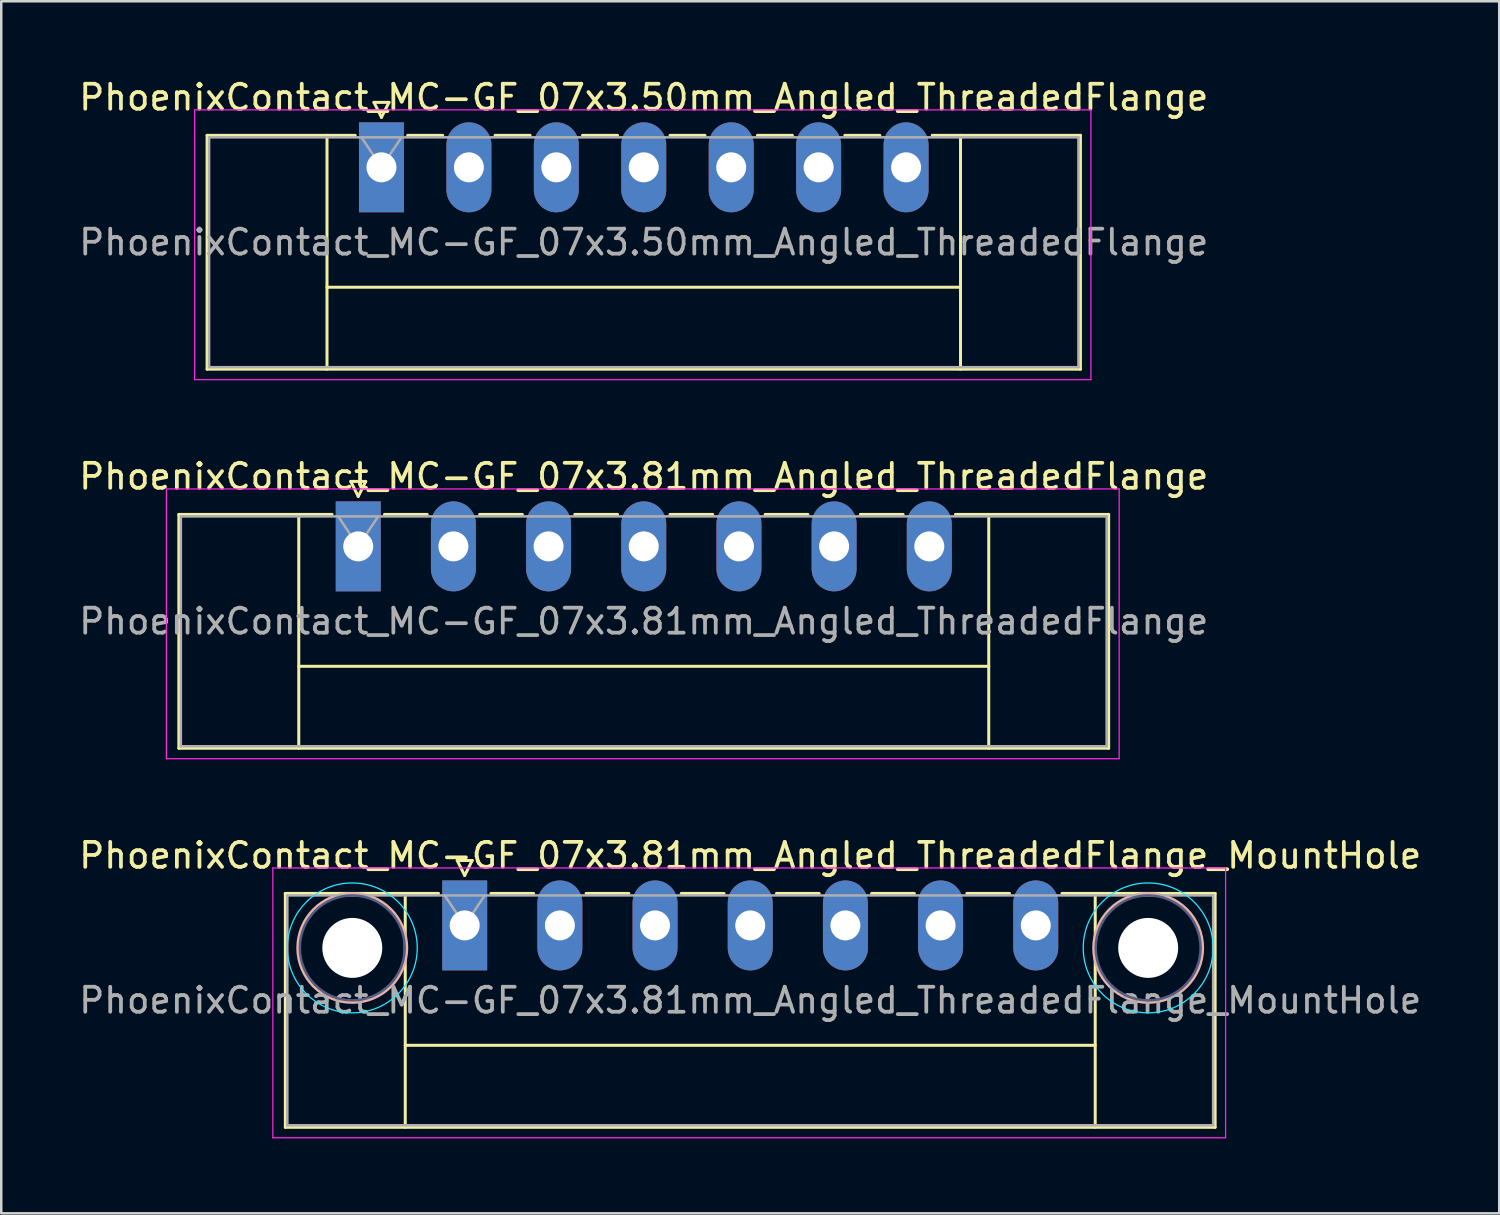
<source format=kicad_pcb>
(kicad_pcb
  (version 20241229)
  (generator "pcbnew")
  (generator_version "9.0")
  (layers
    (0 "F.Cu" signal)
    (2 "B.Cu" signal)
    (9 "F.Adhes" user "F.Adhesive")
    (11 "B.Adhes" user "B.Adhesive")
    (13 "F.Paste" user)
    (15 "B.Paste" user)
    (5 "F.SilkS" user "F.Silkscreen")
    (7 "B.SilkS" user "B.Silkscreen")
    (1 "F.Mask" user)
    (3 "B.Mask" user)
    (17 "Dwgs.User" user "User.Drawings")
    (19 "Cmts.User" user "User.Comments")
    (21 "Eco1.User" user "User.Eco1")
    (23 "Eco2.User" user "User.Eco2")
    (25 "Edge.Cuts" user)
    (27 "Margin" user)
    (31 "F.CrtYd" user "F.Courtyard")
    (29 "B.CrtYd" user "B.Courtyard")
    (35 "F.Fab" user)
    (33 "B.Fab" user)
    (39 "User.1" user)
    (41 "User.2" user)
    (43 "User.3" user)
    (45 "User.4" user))
  (footprint "PhoenixContact_MC-GF_07x3.50mm_Angled_ThreadedFlange"
    (layer "F.Cu")
    (at 12.22 3.648)
    (property "Reference" "PhoenixContact_MC-GF_07x3.50mm_Angled_ThreadedFlange" (at 10.5 -2.8 0) (layer "F.SilkS") (effects (font (size 1 1) (thickness 0.15))))
    (attr through_hole)
    (fp_line (start -6.98 -1.28) (end -6.98 8.08) (stroke (width 0.12) (type solid)) (layer "F.SilkS"))
    (fp_line (start -6.98 -1.28) (end -1.05 -1.28) (stroke (width 0.12) (type solid)) (layer "F.SilkS"))
    (fp_line (start -6.98 8.08) (end 27.98 8.08) (stroke (width 0.12) (type solid)) (layer "F.SilkS"))
    (fp_line (start -2.18 -1.28) (end -2.18 8.08) (stroke (width 0.12) (type solid)) (layer "F.SilkS"))
    (fp_line (start -2.18 4.8) (end 23.18 4.8) (stroke (width 0.12) (type solid)) (layer "F.SilkS"))
    (fp_line (start -0.3 -2.6) (end 0.3 -2.6) (stroke (width 0.12) (type solid)) (layer "F.SilkS"))
    (fp_line (start 0 -2) (end -0.3 -2.6) (stroke (width 0.12) (type solid)) (layer "F.SilkS"))
    (fp_line (start 0.3 -2.6) (end 0 -2) (stroke (width 0.12) (type solid)) (layer "F.SilkS"))
    (fp_line (start 1.05 -1.28) (end 2.45 -1.28) (stroke (width 0.12) (type solid)) (layer "F.SilkS"))
    (fp_line (start 4.55 -1.28) (end 5.95 -1.28) (stroke (width 0.12) (type solid)) (layer "F.SilkS"))
    (fp_line (start 8.05 -1.28) (end 9.45 -1.28) (stroke (width 0.12) (type solid)) (layer "F.SilkS"))
    (fp_line (start 11.55 -1.28) (end 12.95 -1.28) (stroke (width 0.12) (type solid)) (layer "F.SilkS"))
    (fp_line (start 15.05 -1.28) (end 16.45 -1.28) (stroke (width 0.12) (type solid)) (layer "F.SilkS"))
    (fp_line (start 18.55 -1.28) (end 19.95 -1.28) (stroke (width 0.12) (type solid)) (layer "F.SilkS"))
    (fp_line (start 23.18 -1.28) (end 23.18 8.08) (stroke (width 0.12) (type solid)) (layer "F.SilkS"))
    (fp_line (start 27.98 -1.28) (end 22.05 -1.28) (stroke (width 0.12) (type solid)) (layer "F.SilkS"))
    (fp_line (start 27.98 8.08) (end 27.98 -1.28) (stroke (width 0.12) (type solid)) (layer "F.SilkS"))
    (fp_line (start -7.48 -2.3) (end -7.48 8.5) (stroke (width 0.05) (type solid)) (layer "F.CrtYd"))
    (fp_line (start -7.48 8.5) (end 28.4 8.5) (stroke (width 0.05) (type solid)) (layer "F.CrtYd"))
    (fp_line (start 28.4 -2.3) (end -7.48 -2.3) (stroke (width 0.05) (type solid)) (layer "F.CrtYd"))
    (fp_line (start 28.4 8.5) (end 28.4 -2.3) (stroke (width 0.05) (type solid)) (layer "F.CrtYd"))
    (fp_line (start -6.9 -1.2) (end -6.9 8) (stroke (width 0.1) (type solid)) (layer "F.Fab"))
    (fp_line (start -6.9 8) (end 27.9 8) (stroke (width 0.1) (type solid)) (layer "F.Fab"))
    (fp_line (start 0 0) (end -0.8 -1.2) (stroke (width 0.1) (type solid)) (layer "F.Fab"))
    (fp_line (start 0.8 -1.2) (end 0 0) (stroke (width 0.1) (type solid)) (layer "F.Fab"))
    (fp_line (start 27.9 -1.2) (end -6.9 -1.2) (stroke (width 0.1) (type solid)) (layer "F.Fab"))
    (fp_line (start 27.9 8) (end 27.9 -1.2) (stroke (width 0.1) (type solid)) (layer "F.Fab"))
    (fp_text user "${REFERENCE}" (at 10.5 3 0) (layer "F.Fab") (effects (font (size 1 1) (thickness 0.15))))
    (pad "1" thru_hole rect (at 0 0) (size 1.8 3.6) (drill 1.2) (layers "*.Cu" "*.Mask"))
    (pad "2" thru_hole oval (at 3.5 0) (size 1.8 3.6) (drill 1.2) (layers "*.Cu" "*.Mask"))
    (pad "3" thru_hole oval (at 7 0) (size 1.8 3.6) (drill 1.2) (layers "*.Cu" "*.Mask"))
    (pad "4" thru_hole oval (at 10.5 0) (size 1.8 3.6) (drill 1.2) (layers "*.Cu" "*.Mask"))
    (pad "5" thru_hole oval (at 14 0) (size 1.8 3.6) (drill 1.2) (layers "*.Cu" "*.Mask"))
    (pad "6" thru_hole oval (at 17.5 0) (size 1.8 3.6) (drill 1.2) (layers "*.Cu" "*.Mask"))
    (pad "7" thru_hole oval (at 21 0) (size 1.8 3.6) (drill 1.2) (layers "*.Cu" "*.Mask")))
  (footprint "PhoenixContact_MC-GF_07x3.81mm_Angled_ThreadedFlange_MountHole"
    (layer "F.Cu")
    (at 15.552 33.995)
    (property "Reference" "PhoenixContact_MC-GF_07x3.81mm_Angled_ThreadedFlange_MountHole" (at 11.43 -2.8 0) (layer "F.SilkS") (effects (font (size 1 1) (thickness 0.15))))
    (attr through_hole)
    (fp_line (start -7.18 -1.28) (end -7.18 8.08) (stroke (width 0.12) (type solid)) (layer "F.SilkS"))
    (fp_line (start -7.18 -1.28) (end -1.05 -1.28) (stroke (width 0.12) (type solid)) (layer "F.SilkS"))
    (fp_line (start -7.18 8.08) (end 30.04 8.08) (stroke (width 0.12) (type solid)) (layer "F.SilkS"))
    (fp_line (start -2.38 -1.28) (end -2.38 8.08) (stroke (width 0.12) (type solid)) (layer "F.SilkS"))
    (fp_line (start -2.38 4.8) (end 25.24 4.8) (stroke (width 0.12) (type solid)) (layer "F.SilkS"))
    (fp_line (start -0.3 -2.6) (end 0.3 -2.6) (stroke (width 0.12) (type solid)) (layer "F.SilkS"))
    (fp_line (start 0 -2) (end -0.3 -2.6) (stroke (width 0.12) (type solid)) (layer "F.SilkS"))
    (fp_line (start 0.3 -2.6) (end 0 -2) (stroke (width 0.12) (type solid)) (layer "F.SilkS"))
    (fp_line (start 1.05 -1.28) (end 2.76 -1.28) (stroke (width 0.12) (type solid)) (layer "F.SilkS"))
    (fp_line (start 4.86 -1.28) (end 6.57 -1.28) (stroke (width 0.12) (type solid)) (layer "F.SilkS"))
    (fp_line (start 8.67 -1.28) (end 10.38 -1.28) (stroke (width 0.12) (type solid)) (layer "F.SilkS"))
    (fp_line (start 12.48 -1.28) (end 14.19 -1.28) (stroke (width 0.12) (type solid)) (layer "F.SilkS"))
    (fp_line (start 16.29 -1.28) (end 18 -1.28) (stroke (width 0.12) (type solid)) (layer "F.SilkS"))
    (fp_line (start 20.1 -1.28) (end 21.81 -1.28) (stroke (width 0.12) (type solid)) (layer "F.SilkS"))
    (fp_line (start 25.24 -1.28) (end 25.24 8.08) (stroke (width 0.12) (type solid)) (layer "F.SilkS"))
    (fp_line (start 30.04 -1.28) (end 23.91 -1.28) (stroke (width 0.12) (type solid)) (layer "F.SilkS"))
    (fp_line (start 30.04 8.08) (end 30.04 -1.28) (stroke (width 0.12) (type solid)) (layer "F.SilkS"))
    (fp_circle (center -4.5 0.9) (end -2.32 0.9) (stroke (width 0.12) (type solid)) (fill no) (layer "B.SilkS"))
    (fp_circle (center 27.36 0.9) (end 29.54 0.9) (stroke (width 0.12) (type solid)) (fill no) (layer "B.SilkS"))
    (fp_circle (center -4.5 0.9) (end -1.9 0.9) (stroke (width 0.05) (type solid)) (fill no) (layer "B.CrtYd"))
    (fp_circle (center 27.36 0.9) (end 29.96 0.9) (stroke (width 0.05) (type solid)) (fill no) (layer "B.CrtYd"))
    (fp_line (start -7.68 -2.3) (end -7.68 8.5) (stroke (width 0.05) (type solid)) (layer "F.CrtYd"))
    (fp_line (start -7.68 8.5) (end 30.46 8.5) (stroke (width 0.05) (type solid)) (layer "F.CrtYd"))
    (fp_line (start 30.46 -2.3) (end -7.68 -2.3) (stroke (width 0.05) (type solid)) (layer "F.CrtYd"))
    (fp_line (start 30.46 8.5) (end 30.46 -2.3) (stroke (width 0.05) (type solid)) (layer "F.CrtYd"))
    (fp_circle (center -4.5 0.9) (end -2.4 0.9) (stroke (width 0.1) (type solid)) (fill no) (layer "B.Fab"))
    (fp_circle (center 27.36 0.9) (end 29.46 0.9) (stroke (width 0.1) (type solid)) (fill no) (layer "B.Fab"))
    (fp_line (start -7.1 -1.2) (end -7.1 8) (stroke (width 0.1) (type solid)) (layer "F.Fab"))
    (fp_line (start -7.1 8) (end 29.96 8) (stroke (width 0.1) (type solid)) (layer "F.Fab"))
    (fp_line (start 0 0) (end -0.8 -1.2) (stroke (width 0.1) (type solid)) (layer "F.Fab"))
    (fp_line (start 0.8 -1.2) (end 0 0) (stroke (width 0.1) (type solid)) (layer "F.Fab"))
    (fp_line (start 29.96 -1.2) (end -7.1 -1.2) (stroke (width 0.1) (type solid)) (layer "F.Fab"))
    (fp_line (start 29.96 8) (end 29.96 -1.2) (stroke (width 0.1) (type solid)) (layer "F.Fab"))
    (fp_text user "${REFERENCE}" (at 11.43 3 0) (layer "F.Fab") (effects (font (size 1 1) (thickness 0.15))))
    (pad "" np_thru_hole circle (at -4.5 0.9) (size 2.4 2.4) (drill 2.4) (layers "*.Cu" "*.Mask"))
    (pad "" np_thru_hole circle (at 27.36 0.9) (size 2.4 2.4) (drill 2.4) (layers "*.Cu" "*.Mask"))
    (pad "1" thru_hole rect (at 0 0) (size 1.8 3.6) (drill 1.2) (layers "*.Cu" "*.Mask"))
    (pad "2" thru_hole oval (at 3.81 0) (size 1.8 3.6) (drill 1.2) (layers "*.Cu" "*.Mask"))
    (pad "3" thru_hole oval (at 7.62 0) (size 1.8 3.6) (drill 1.2) (layers "*.Cu" "*.Mask"))
    (pad "4" thru_hole oval (at 11.43 0) (size 1.8 3.6) (drill 1.2) (layers "*.Cu" "*.Mask"))
    (pad "5" thru_hole oval (at 15.24 0) (size 1.8 3.6) (drill 1.2) (layers "*.Cu" "*.Mask"))
    (pad "6" thru_hole oval (at 19.05 0) (size 1.8 3.6) (drill 1.2) (layers "*.Cu" "*.Mask"))
    (pad "7" thru_hole oval (at 22.86 0) (size 1.8 3.6) (drill 1.2) (layers "*.Cu" "*.Mask")))
  (footprint "PhoenixContact_MC-GF_07x3.81mm_Angled_ThreadedFlange"
    (layer "F.Cu")
    (at 11.29 18.822)
    (property "Reference" "PhoenixContact_MC-GF_07x3.81mm_Angled_ThreadedFlange" (at 11.43 -2.8 0) (layer "F.SilkS") (effects (font (size 1 1) (thickness 0.15))))
    (attr through_hole)
    (fp_line (start -7.18 -1.28) (end -7.18 8.08) (stroke (width 0.12) (type solid)) (layer "F.SilkS"))
    (fp_line (start -7.18 -1.28) (end -1.05 -1.28) (stroke (width 0.12) (type solid)) (layer "F.SilkS"))
    (fp_line (start -7.18 8.08) (end 30.04 8.08) (stroke (width 0.12) (type solid)) (layer "F.SilkS"))
    (fp_line (start -2.38 -1.28) (end -2.38 8.08) (stroke (width 0.12) (type solid)) (layer "F.SilkS"))
    (fp_line (start -2.38 4.8) (end 25.24 4.8) (stroke (width 0.12) (type solid)) (layer "F.SilkS"))
    (fp_line (start -0.3 -2.6) (end 0.3 -2.6) (stroke (width 0.12) (type solid)) (layer "F.SilkS"))
    (fp_line (start 0 -2) (end -0.3 -2.6) (stroke (width 0.12) (type solid)) (layer "F.SilkS"))
    (fp_line (start 0.3 -2.6) (end 0 -2) (stroke (width 0.12) (type solid)) (layer "F.SilkS"))
    (fp_line (start 1.05 -1.28) (end 2.76 -1.28) (stroke (width 0.12) (type solid)) (layer "F.SilkS"))
    (fp_line (start 4.86 -1.28) (end 6.57 -1.28) (stroke (width 0.12) (type solid)) (layer "F.SilkS"))
    (fp_line (start 8.67 -1.28) (end 10.38 -1.28) (stroke (width 0.12) (type solid)) (layer "F.SilkS"))
    (fp_line (start 12.48 -1.28) (end 14.19 -1.28) (stroke (width 0.12) (type solid)) (layer "F.SilkS"))
    (fp_line (start 16.29 -1.28) (end 18 -1.28) (stroke (width 0.12) (type solid)) (layer "F.SilkS"))
    (fp_line (start 20.1 -1.28) (end 21.81 -1.28) (stroke (width 0.12) (type solid)) (layer "F.SilkS"))
    (fp_line (start 25.24 -1.28) (end 25.24 8.08) (stroke (width 0.12) (type solid)) (layer "F.SilkS"))
    (fp_line (start 30.04 -1.28) (end 23.91 -1.28) (stroke (width 0.12) (type solid)) (layer "F.SilkS"))
    (fp_line (start 30.04 8.08) (end 30.04 -1.28) (stroke (width 0.12) (type solid)) (layer "F.SilkS"))
    (fp_line (start -7.68 -2.3) (end -7.68 8.5) (stroke (width 0.05) (type solid)) (layer "F.CrtYd"))
    (fp_line (start -7.68 8.5) (end 30.46 8.5) (stroke (width 0.05) (type solid)) (layer "F.CrtYd"))
    (fp_line (start 30.46 -2.3) (end -7.68 -2.3) (stroke (width 0.05) (type solid)) (layer "F.CrtYd"))
    (fp_line (start 30.46 8.5) (end 30.46 -2.3) (stroke (width 0.05) (type solid)) (layer "F.CrtYd"))
    (fp_line (start -7.1 -1.2) (end -7.1 8) (stroke (width 0.1) (type solid)) (layer "F.Fab"))
    (fp_line (start -7.1 8) (end 29.96 8) (stroke (width 0.1) (type solid)) (layer "F.Fab"))
    (fp_line (start 0 0) (end -0.8 -1.2) (stroke (width 0.1) (type solid)) (layer "F.Fab"))
    (fp_line (start 0.8 -1.2) (end 0 0) (stroke (width 0.1) (type solid)) (layer "F.Fab"))
    (fp_line (start 29.96 -1.2) (end -7.1 -1.2) (stroke (width 0.1) (type solid)) (layer "F.Fab"))
    (fp_line (start 29.96 8) (end 29.96 -1.2) (stroke (width 0.1) (type solid)) (layer "F.Fab"))
    (fp_text user "${REFERENCE}" (at 11.43 3 0) (layer "F.Fab") (effects (font (size 1 1) (thickness 0.15))))
    (pad "1" thru_hole rect (at 0 0) (size 1.8 3.6) (drill 1.2) (layers "*.Cu" "*.Mask"))
    (pad "2" thru_hole oval (at 3.81 0) (size 1.8 3.6) (drill 1.2) (layers "*.Cu" "*.Mask"))
    (pad "3" thru_hole oval (at 7.62 0) (size 1.8 3.6) (drill 1.2) (layers "*.Cu" "*.Mask"))
    (pad "4" thru_hole oval (at 11.43 0) (size 1.8 3.6) (drill 1.2) (layers "*.Cu" "*.Mask"))
    (pad "5" thru_hole oval (at 15.24 0) (size 1.8 3.6) (drill 1.2) (layers "*.Cu" "*.Mask"))
    (pad "6" thru_hole oval (at 19.05 0) (size 1.8 3.6) (drill 1.2) (layers "*.Cu" "*.Mask"))
    (pad "7" thru_hole oval (at 22.86 0) (size 1.8 3.6) (drill 1.2) (layers "*.Cu" "*.Mask")))
  (gr_rect
    (start -3 -3)
    (end 56.964 45.52)
    (stroke (width 0.1) (type default))
    (fill no)
    (layer "Edge.Cuts")))
</source>
